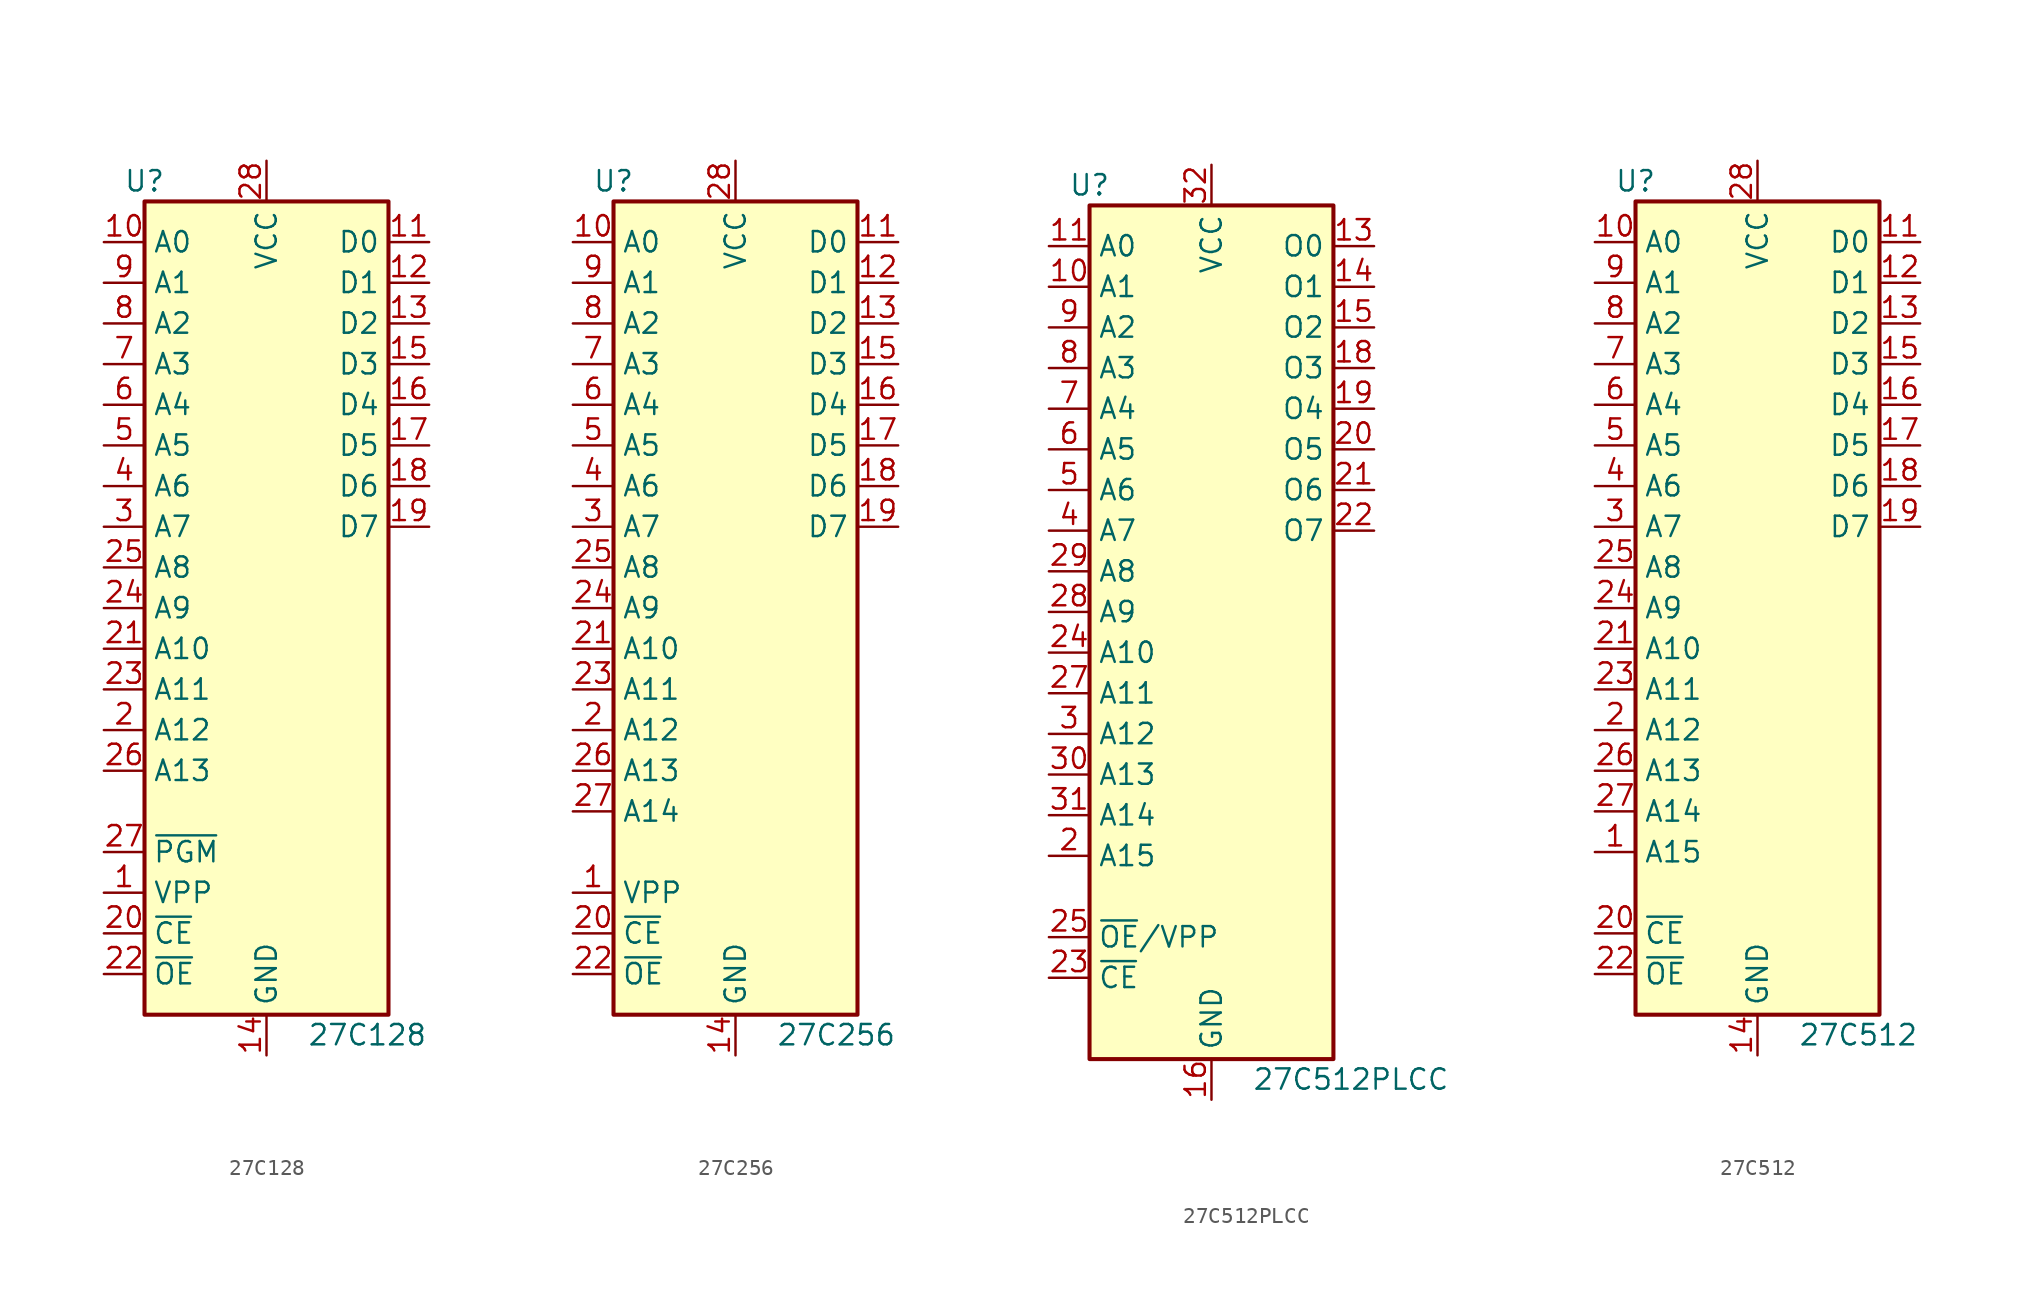
<source format=kicad_sym>
(kicad_symbol_lib
  (version 20231120)
  (generator "kicad_symbol_editor")
  (generator_version "8.0")
  (symbol "27C128"
    (property "Reference" "U"
      (at -7.62 26.67 0)
      (effects (font (size 1.27 1.27))))
    (property "Value" "27C128"
      (at 2.54 -26.67 0)
      (effects (font (size 1.27 1.27)) (justify left)))
    (symbol "27C128_1_1"
      (rectangle (start -7.62 25.4) (end 7.62 -25.4) (stroke (width 0.254) (type default)) (fill (type background)))
      (pin input line (at -10.16 -17.78 0) (length 2.54) (name "VPP" (effects (font (size 1.27 1.27)))) (number "1" (effects (font (size 1.27 1.27)))))
      (pin input line (at -10.16 22.86 0) (length 2.54) (name "A0" (effects (font (size 1.27 1.27)))) (number "10" (effects (font (size 1.27 1.27)))))
      (pin tri_state line (at 10.16 22.86 180) (length 2.54) (name "D0" (effects (font (size 1.27 1.27)))) (number "11" (effects (font (size 1.27 1.27)))))
      (pin tri_state line (at 10.16 20.32 180) (length 2.54) (name "D1" (effects (font (size 1.27 1.27)))) (number "12" (effects (font (size 1.27 1.27)))))
      (pin tri_state line (at 10.16 17.78 180) (length 2.54) (name "D2" (effects (font (size 1.27 1.27)))) (number "13" (effects (font (size 1.27 1.27)))))
      (pin power_in line (at 0 -27.94 90) (length 2.54) (name "GND" (effects (font (size 1.27 1.27)))) (number "14" (effects (font (size 1.27 1.27)))))
      (pin tri_state line (at 10.16 15.24 180) (length 2.54) (name "D3" (effects (font (size 1.27 1.27)))) (number "15" (effects (font (size 1.27 1.27)))))
      (pin tri_state line (at 10.16 12.7 180) (length 2.54) (name "D4" (effects (font (size 1.27 1.27)))) (number "16" (effects (font (size 1.27 1.27)))))
      (pin tri_state line (at 10.16 10.16 180) (length 2.54) (name "D5" (effects (font (size 1.27 1.27)))) (number "17" (effects (font (size 1.27 1.27)))))
      (pin tri_state line (at 10.16 7.62 180) (length 2.54) (name "D6" (effects (font (size 1.27 1.27)))) (number "18" (effects (font (size 1.27 1.27)))))
      (pin tri_state line (at 10.16 5.08 180) (length 2.54) (name "D7" (effects (font (size 1.27 1.27)))) (number "19" (effects (font (size 1.27 1.27)))))
      (pin input line (at -10.16 -7.62 0) (length 2.54) (name "A12" (effects (font (size 1.27 1.27)))) (number "2" (effects (font (size 1.27 1.27)))))
      (pin input line (at -10.16 -20.32 0) (length 2.54) (name "~{CE}" (effects (font (size 1.27 1.27)))) (number "20" (effects (font (size 1.27 1.27)))))
      (pin input line (at -10.16 -2.54 0) (length 2.54) (name "A10" (effects (font (size 1.27 1.27)))) (number "21" (effects (font (size 1.27 1.27)))))
      (pin input line (at -10.16 -22.86 0) (length 2.54) (name "~{OE}" (effects (font (size 1.27 1.27)))) (number "22" (effects (font (size 1.27 1.27)))))
      (pin input line (at -10.16 -5.08 0) (length 2.54) (name "A11" (effects (font (size 1.27 1.27)))) (number "23" (effects (font (size 1.27 1.27)))))
      (pin input line (at -10.16 0 0) (length 2.54) (name "A9" (effects (font (size 1.27 1.27)))) (number "24" (effects (font (size 1.27 1.27)))))
      (pin input line (at -10.16 2.54 0) (length 2.54) (name "A8" (effects (font (size 1.27 1.27)))) (number "25" (effects (font (size 1.27 1.27)))))
      (pin input line (at -10.16 -10.16 0) (length 2.54) (name "A13" (effects (font (size 1.27 1.27)))) (number "26" (effects (font (size 1.27 1.27)))))
      (pin input line (at -10.16 -15.24 0) (length 2.54) (name "~{PGM}" (effects (font (size 1.27 1.27)))) (number "27" (effects (font (size 1.27 1.27)))))
      (pin power_in line (at 0 27.94 270) (length 2.54) (name "VCC" (effects (font (size 1.27 1.27)))) (number "28" (effects (font (size 1.27 1.27)))))
      (pin input line (at -10.16 5.08 0) (length 2.54) (name "A7" (effects (font (size 1.27 1.27)))) (number "3" (effects (font (size 1.27 1.27)))))
      (pin input line (at -10.16 7.62 0) (length 2.54) (name "A6" (effects (font (size 1.27 1.27)))) (number "4" (effects (font (size 1.27 1.27)))))
      (pin input line (at -10.16 10.16 0) (length 2.54) (name "A5" (effects (font (size 1.27 1.27)))) (number "5" (effects (font (size 1.27 1.27)))))
      (pin input line (at -10.16 12.7 0) (length 2.54) (name "A4" (effects (font (size 1.27 1.27)))) (number "6" (effects (font (size 1.27 1.27)))))
      (pin input line (at -10.16 15.24 0) (length 2.54) (name "A3" (effects (font (size 1.27 1.27)))) (number "7" (effects (font (size 1.27 1.27)))))
      (pin input line (at -10.16 17.78 0) (length 2.54) (name "A2" (effects (font (size 1.27 1.27)))) (number "8" (effects (font (size 1.27 1.27)))))
      (pin input line (at -10.16 20.32 0) (length 2.54) (name "A1" (effects (font (size 1.27 1.27)))) (number "9" (effects (font (size 1.27 1.27)))))))
  (symbol "27C256"
    (property "Reference" "U"
      (at -7.62 26.67 0)
      (effects (font (size 1.27 1.27))))
    (property "Value" "27C256"
      (at 2.54 -26.67 0)
      (effects (font (size 1.27 1.27)) (justify left)))
    (symbol "27C256_1_1"
      (rectangle (start -7.62 25.4) (end 7.62 -25.4) (stroke (width 0.254) (type default)) (fill (type background)))
      (pin input line (at -10.16 -17.78 0) (length 2.54) (name "VPP" (effects (font (size 1.27 1.27)))) (number "1" (effects (font (size 1.27 1.27)))))
      (pin input line (at -10.16 22.86 0) (length 2.54) (name "A0" (effects (font (size 1.27 1.27)))) (number "10" (effects (font (size 1.27 1.27)))))
      (pin tri_state line (at 10.16 22.86 180) (length 2.54) (name "D0" (effects (font (size 1.27 1.27)))) (number "11" (effects (font (size 1.27 1.27)))))
      (pin tri_state line (at 10.16 20.32 180) (length 2.54) (name "D1" (effects (font (size 1.27 1.27)))) (number "12" (effects (font (size 1.27 1.27)))))
      (pin tri_state line (at 10.16 17.78 180) (length 2.54) (name "D2" (effects (font (size 1.27 1.27)))) (number "13" (effects (font (size 1.27 1.27)))))
      (pin power_in line (at 0 -27.94 90) (length 2.54) (name "GND" (effects (font (size 1.27 1.27)))) (number "14" (effects (font (size 1.27 1.27)))))
      (pin tri_state line (at 10.16 15.24 180) (length 2.54) (name "D3" (effects (font (size 1.27 1.27)))) (number "15" (effects (font (size 1.27 1.27)))))
      (pin tri_state line (at 10.16 12.7 180) (length 2.54) (name "D4" (effects (font (size 1.27 1.27)))) (number "16" (effects (font (size 1.27 1.27)))))
      (pin tri_state line (at 10.16 10.16 180) (length 2.54) (name "D5" (effects (font (size 1.27 1.27)))) (number "17" (effects (font (size 1.27 1.27)))))
      (pin tri_state line (at 10.16 7.62 180) (length 2.54) (name "D6" (effects (font (size 1.27 1.27)))) (number "18" (effects (font (size 1.27 1.27)))))
      (pin tri_state line (at 10.16 5.08 180) (length 2.54) (name "D7" (effects (font (size 1.27 1.27)))) (number "19" (effects (font (size 1.27 1.27)))))
      (pin input line (at -10.16 -7.62 0) (length 2.54) (name "A12" (effects (font (size 1.27 1.27)))) (number "2" (effects (font (size 1.27 1.27)))))
      (pin input line (at -10.16 -20.32 0) (length 2.54) (name "~{CE}" (effects (font (size 1.27 1.27)))) (number "20" (effects (font (size 1.27 1.27)))))
      (pin input line (at -10.16 -2.54 0) (length 2.54) (name "A10" (effects (font (size 1.27 1.27)))) (number "21" (effects (font (size 1.27 1.27)))))
      (pin input line (at -10.16 -22.86 0) (length 2.54) (name "~{OE}" (effects (font (size 1.27 1.27)))) (number "22" (effects (font (size 1.27 1.27)))))
      (pin input line (at -10.16 -5.08 0) (length 2.54) (name "A11" (effects (font (size 1.27 1.27)))) (number "23" (effects (font (size 1.27 1.27)))))
      (pin input line (at -10.16 0 0) (length 2.54) (name "A9" (effects (font (size 1.27 1.27)))) (number "24" (effects (font (size 1.27 1.27)))))
      (pin input line (at -10.16 2.54 0) (length 2.54) (name "A8" (effects (font (size 1.27 1.27)))) (number "25" (effects (font (size 1.27 1.27)))))
      (pin input line (at -10.16 -10.16 0) (length 2.54) (name "A13" (effects (font (size 1.27 1.27)))) (number "26" (effects (font (size 1.27 1.27)))))
      (pin input line (at -10.16 -12.7 0) (length 2.54) (name "A14" (effects (font (size 1.27 1.27)))) (number "27" (effects (font (size 1.27 1.27)))))
      (pin power_in line (at 0 27.94 270) (length 2.54) (name "VCC" (effects (font (size 1.27 1.27)))) (number "28" (effects (font (size 1.27 1.27)))))
      (pin input line (at -10.16 5.08 0) (length 2.54) (name "A7" (effects (font (size 1.27 1.27)))) (number "3" (effects (font (size 1.27 1.27)))))
      (pin input line (at -10.16 7.62 0) (length 2.54) (name "A6" (effects (font (size 1.27 1.27)))) (number "4" (effects (font (size 1.27 1.27)))))
      (pin input line (at -10.16 10.16 0) (length 2.54) (name "A5" (effects (font (size 1.27 1.27)))) (number "5" (effects (font (size 1.27 1.27)))))
      (pin input line (at -10.16 12.7 0) (length 2.54) (name "A4" (effects (font (size 1.27 1.27)))) (number "6" (effects (font (size 1.27 1.27)))))
      (pin input line (at -10.16 15.24 0) (length 2.54) (name "A3" (effects (font (size 1.27 1.27)))) (number "7" (effects (font (size 1.27 1.27)))))
      (pin input line (at -10.16 17.78 0) (length 2.54) (name "A2" (effects (font (size 1.27 1.27)))) (number "8" (effects (font (size 1.27 1.27)))))
      (pin input line (at -10.16 20.32 0) (length 2.54) (name "A1" (effects (font (size 1.27 1.27)))) (number "9" (effects (font (size 1.27 1.27)))))))
  (symbol "27C512PLCC"
    (property "Reference" "U"
      (at -7.62 26.67 0)
      (effects (font (size 1.27 1.27))))
    (property "Value" "27C512PLCC"
      (at 2.54 -29.21 0)
      (effects (font (size 1.27 1.27)) (justify left)))
    (symbol "27C512PLCC_1_1"
      (rectangle (start -7.62 25.4) (end 7.62 -27.94) (stroke (width 0.254) (type default)) (fill (type background)))
      (pin no_connect line (at 7.62 -17.78 180) (length 2.54) hide (name "NC" (effects (font (size 1.27 1.27)))) (number "1" (effects (font (size 1.27 1.27)))))
      (pin input line (at -10.16 20.32 0) (length 2.54) (name "A1" (effects (font (size 1.27 1.27)))) (number "10" (effects (font (size 1.27 1.27)))))
      (pin input line (at -10.16 22.86 0) (length 2.54) (name "A0" (effects (font (size 1.27 1.27)))) (number "11" (effects (font (size 1.27 1.27)))))
      (pin no_connect line (at 7.62 -22.86 180) (length 2.54) hide (name "NC" (effects (font (size 1.27 1.27)))) (number "12" (effects (font (size 1.27 1.27)))))
      (pin tri_state line (at 10.16 22.86 180) (length 2.54) (name "O0" (effects (font (size 1.27 1.27)))) (number "13" (effects (font (size 1.27 1.27)))))
      (pin tri_state line (at 10.16 20.32 180) (length 2.54) (name "O1" (effects (font (size 1.27 1.27)))) (number "14" (effects (font (size 1.27 1.27)))))
      (pin tri_state line (at 10.16 17.78 180) (length 2.54) (name "O2" (effects (font (size 1.27 1.27)))) (number "15" (effects (font (size 1.27 1.27)))))
      (pin power_in line (at 0 -30.48 90) (length 2.54) (name "GND" (effects (font (size 1.27 1.27)))) (number "16" (effects (font (size 1.27 1.27)))))
      (pin no_connect line (at 7.62 -20.32 180) (length 2.54) hide (name "NC" (effects (font (size 1.27 1.27)))) (number "17" (effects (font (size 1.27 1.27)))))
      (pin tri_state line (at 10.16 15.24 180) (length 2.54) (name "O3" (effects (font (size 1.27 1.27)))) (number "18" (effects (font (size 1.27 1.27)))))
      (pin tri_state line (at 10.16 12.7 180) (length 2.54) (name "O4" (effects (font (size 1.27 1.27)))) (number "19" (effects (font (size 1.27 1.27)))))
      (pin input line (at -10.16 -15.24 0) (length 2.54) (name "A15" (effects (font (size 1.27 1.27)))) (number "2" (effects (font (size 1.27 1.27)))))
      (pin tri_state line (at 10.16 10.16 180) (length 2.54) (name "O5" (effects (font (size 1.27 1.27)))) (number "20" (effects (font (size 1.27 1.27)))))
      (pin tri_state line (at 10.16 7.62 180) (length 2.54) (name "O6" (effects (font (size 1.27 1.27)))) (number "21" (effects (font (size 1.27 1.27)))))
      (pin tri_state line (at 10.16 5.08 180) (length 2.54) (name "O7" (effects (font (size 1.27 1.27)))) (number "22" (effects (font (size 1.27 1.27)))))
      (pin input line (at -10.16 -22.86 0) (length 2.54) (name "~{CE}" (effects (font (size 1.27 1.27)))) (number "23" (effects (font (size 1.27 1.27)))))
      (pin input line (at -10.16 -2.54 0) (length 2.54) (name "A10" (effects (font (size 1.27 1.27)))) (number "24" (effects (font (size 1.27 1.27)))))
      (pin input line (at -10.16 -20.32 0) (length 2.54) (name "~{OE}/VPP" (effects (font (size 1.27 1.27)))) (number "25" (effects (font (size 1.27 1.27)))))
      (pin no_connect line (at 7.62 -25.4 180) (length 2.54) hide (name "NC" (effects (font (size 1.27 1.27)))) (number "26" (effects (font (size 1.27 1.27)))))
      (pin input line (at -10.16 -5.08 0) (length 2.54) (name "A11" (effects (font (size 1.27 1.27)))) (number "27" (effects (font (size 1.27 1.27)))))
      (pin input line (at -10.16 0 0) (length 2.54) (name "A9" (effects (font (size 1.27 1.27)))) (number "28" (effects (font (size 1.27 1.27)))))
      (pin input line (at -10.16 2.54 0) (length 2.54) (name "A8" (effects (font (size 1.27 1.27)))) (number "29" (effects (font (size 1.27 1.27)))))
      (pin input line (at -10.16 -7.62 0) (length 2.54) (name "A12" (effects (font (size 1.27 1.27)))) (number "3" (effects (font (size 1.27 1.27)))))
      (pin input line (at -10.16 -10.16 0) (length 2.54) (name "A13" (effects (font (size 1.27 1.27)))) (number "30" (effects (font (size 1.27 1.27)))))
      (pin input line (at -10.16 -12.7 0) (length 2.54) (name "A14" (effects (font (size 1.27 1.27)))) (number "31" (effects (font (size 1.27 1.27)))))
      (pin power_in line (at 0 27.94 270) (length 2.54) (name "VCC" (effects (font (size 1.27 1.27)))) (number "32" (effects (font (size 1.27 1.27)))))
      (pin input line (at -10.16 5.08 0) (length 2.54) (name "A7" (effects (font (size 1.27 1.27)))) (number "4" (effects (font (size 1.27 1.27)))))
      (pin input line (at -10.16 7.62 0) (length 2.54) (name "A6" (effects (font (size 1.27 1.27)))) (number "5" (effects (font (size 1.27 1.27)))))
      (pin input line (at -10.16 10.16 0) (length 2.54) (name "A5" (effects (font (size 1.27 1.27)))) (number "6" (effects (font (size 1.27 1.27)))))
      (pin input line (at -10.16 12.7 0) (length 2.54) (name "A4" (effects (font (size 1.27 1.27)))) (number "7" (effects (font (size 1.27 1.27)))))
      (pin input line (at -10.16 15.24 0) (length 2.54) (name "A3" (effects (font (size 1.27 1.27)))) (number "8" (effects (font (size 1.27 1.27)))))
      (pin input line (at -10.16 17.78 0) (length 2.54) (name "A2" (effects (font (size 1.27 1.27)))) (number "9" (effects (font (size 1.27 1.27)))))))
  (symbol "27C512"
    (property "Reference" "U"
      (at -7.62 26.67 0)
      (effects (font (size 1.27 1.27))))
    (property "Value" "27C512"
      (at 2.54 -26.67 0)
      (effects (font (size 1.27 1.27)) (justify left)))
    (symbol "27C512_1_1"
      (rectangle (start -7.62 25.4) (end 7.62 -25.4) (stroke (width 0.254) (type default)) (fill (type background)))
      (pin input line (at -10.16 -15.24 0) (length 2.54) (name "A15" (effects (font (size 1.27 1.27)))) (number "1" (effects (font (size 1.27 1.27)))))
      (pin input line (at -10.16 22.86 0) (length 2.54) (name "A0" (effects (font (size 1.27 1.27)))) (number "10" (effects (font (size 1.27 1.27)))))
      (pin tri_state line (at 10.16 22.86 180) (length 2.54) (name "D0" (effects (font (size 1.27 1.27)))) (number "11" (effects (font (size 1.27 1.27)))))
      (pin tri_state line (at 10.16 20.32 180) (length 2.54) (name "D1" (effects (font (size 1.27 1.27)))) (number "12" (effects (font (size 1.27 1.27)))))
      (pin tri_state line (at 10.16 17.78 180) (length 2.54) (name "D2" (effects (font (size 1.27 1.27)))) (number "13" (effects (font (size 1.27 1.27)))))
      (pin power_in line (at 0 -27.94 90) (length 2.54) (name "GND" (effects (font (size 1.27 1.27)))) (number "14" (effects (font (size 1.27 1.27)))))
      (pin tri_state line (at 10.16 15.24 180) (length 2.54) (name "D3" (effects (font (size 1.27 1.27)))) (number "15" (effects (font (size 1.27 1.27)))))
      (pin tri_state line (at 10.16 12.7 180) (length 2.54) (name "D4" (effects (font (size 1.27 1.27)))) (number "16" (effects (font (size 1.27 1.27)))))
      (pin tri_state line (at 10.16 10.16 180) (length 2.54) (name "D5" (effects (font (size 1.27 1.27)))) (number "17" (effects (font (size 1.27 1.27)))))
      (pin tri_state line (at 10.16 7.62 180) (length 2.54) (name "D6" (effects (font (size 1.27 1.27)))) (number "18" (effects (font (size 1.27 1.27)))))
      (pin tri_state line (at 10.16 5.08 180) (length 2.54) (name "D7" (effects (font (size 1.27 1.27)))) (number "19" (effects (font (size 1.27 1.27)))))
      (pin input line (at -10.16 -7.62 0) (length 2.54) (name "A12" (effects (font (size 1.27 1.27)))) (number "2" (effects (font (size 1.27 1.27)))))
      (pin input line (at -10.16 -20.32 0) (length 2.54) (name "~{CE}" (effects (font (size 1.27 1.27)))) (number "20" (effects (font (size 1.27 1.27)))))
      (pin input line (at -10.16 -2.54 0) (length 2.54) (name "A10" (effects (font (size 1.27 1.27)))) (number "21" (effects (font (size 1.27 1.27)))))
      (pin input line (at -10.16 -22.86 0) (length 2.54) (name "~{OE}" (effects (font (size 1.27 1.27)))) (number "22" (effects (font (size 1.27 1.27)))))
      (pin input line (at -10.16 -5.08 0) (length 2.54) (name "A11" (effects (font (size 1.27 1.27)))) (number "23" (effects (font (size 1.27 1.27)))))
      (pin input line (at -10.16 0 0) (length 2.54) (name "A9" (effects (font (size 1.27 1.27)))) (number "24" (effects (font (size 1.27 1.27)))))
      (pin input line (at -10.16 2.54 0) (length 2.54) (name "A8" (effects (font (size 1.27 1.27)))) (number "25" (effects (font (size 1.27 1.27)))))
      (pin input line (at -10.16 -10.16 0) (length 2.54) (name "A13" (effects (font (size 1.27 1.27)))) (number "26" (effects (font (size 1.27 1.27)))))
      (pin input line (at -10.16 -12.7 0) (length 2.54) (name "A14" (effects (font (size 1.27 1.27)))) (number "27" (effects (font (size 1.27 1.27)))))
      (pin power_in line (at 0 27.94 270) (length 2.54) (name "VCC" (effects (font (size 1.27 1.27)))) (number "28" (effects (font (size 1.27 1.27)))))
      (pin input line (at -10.16 5.08 0) (length 2.54) (name "A7" (effects (font (size 1.27 1.27)))) (number "3" (effects (font (size 1.27 1.27)))))
      (pin input line (at -10.16 7.62 0) (length 2.54) (name "A6" (effects (font (size 1.27 1.27)))) (number "4" (effects (font (size 1.27 1.27)))))
      (pin input line (at -10.16 10.16 0) (length 2.54) (name "A5" (effects (font (size 1.27 1.27)))) (number "5" (effects (font (size 1.27 1.27)))))
      (pin input line (at -10.16 12.7 0) (length 2.54) (name "A4" (effects (font (size 1.27 1.27)))) (number "6" (effects (font (size 1.27 1.27)))))
      (pin input line (at -10.16 15.24 0) (length 2.54) (name "A3" (effects (font (size 1.27 1.27)))) (number "7" (effects (font (size 1.27 1.27)))))
      (pin input line (at -10.16 17.78 0) (length 2.54) (name "A2" (effects (font (size 1.27 1.27)))) (number "8" (effects (font (size 1.27 1.27)))))
      (pin input line (at -10.16 20.32 0) (length 2.54) (name "A1" (effects (font (size 1.27 1.27)))) (number "9" (effects (font (size 1.27 1.27))))))))
</source>
